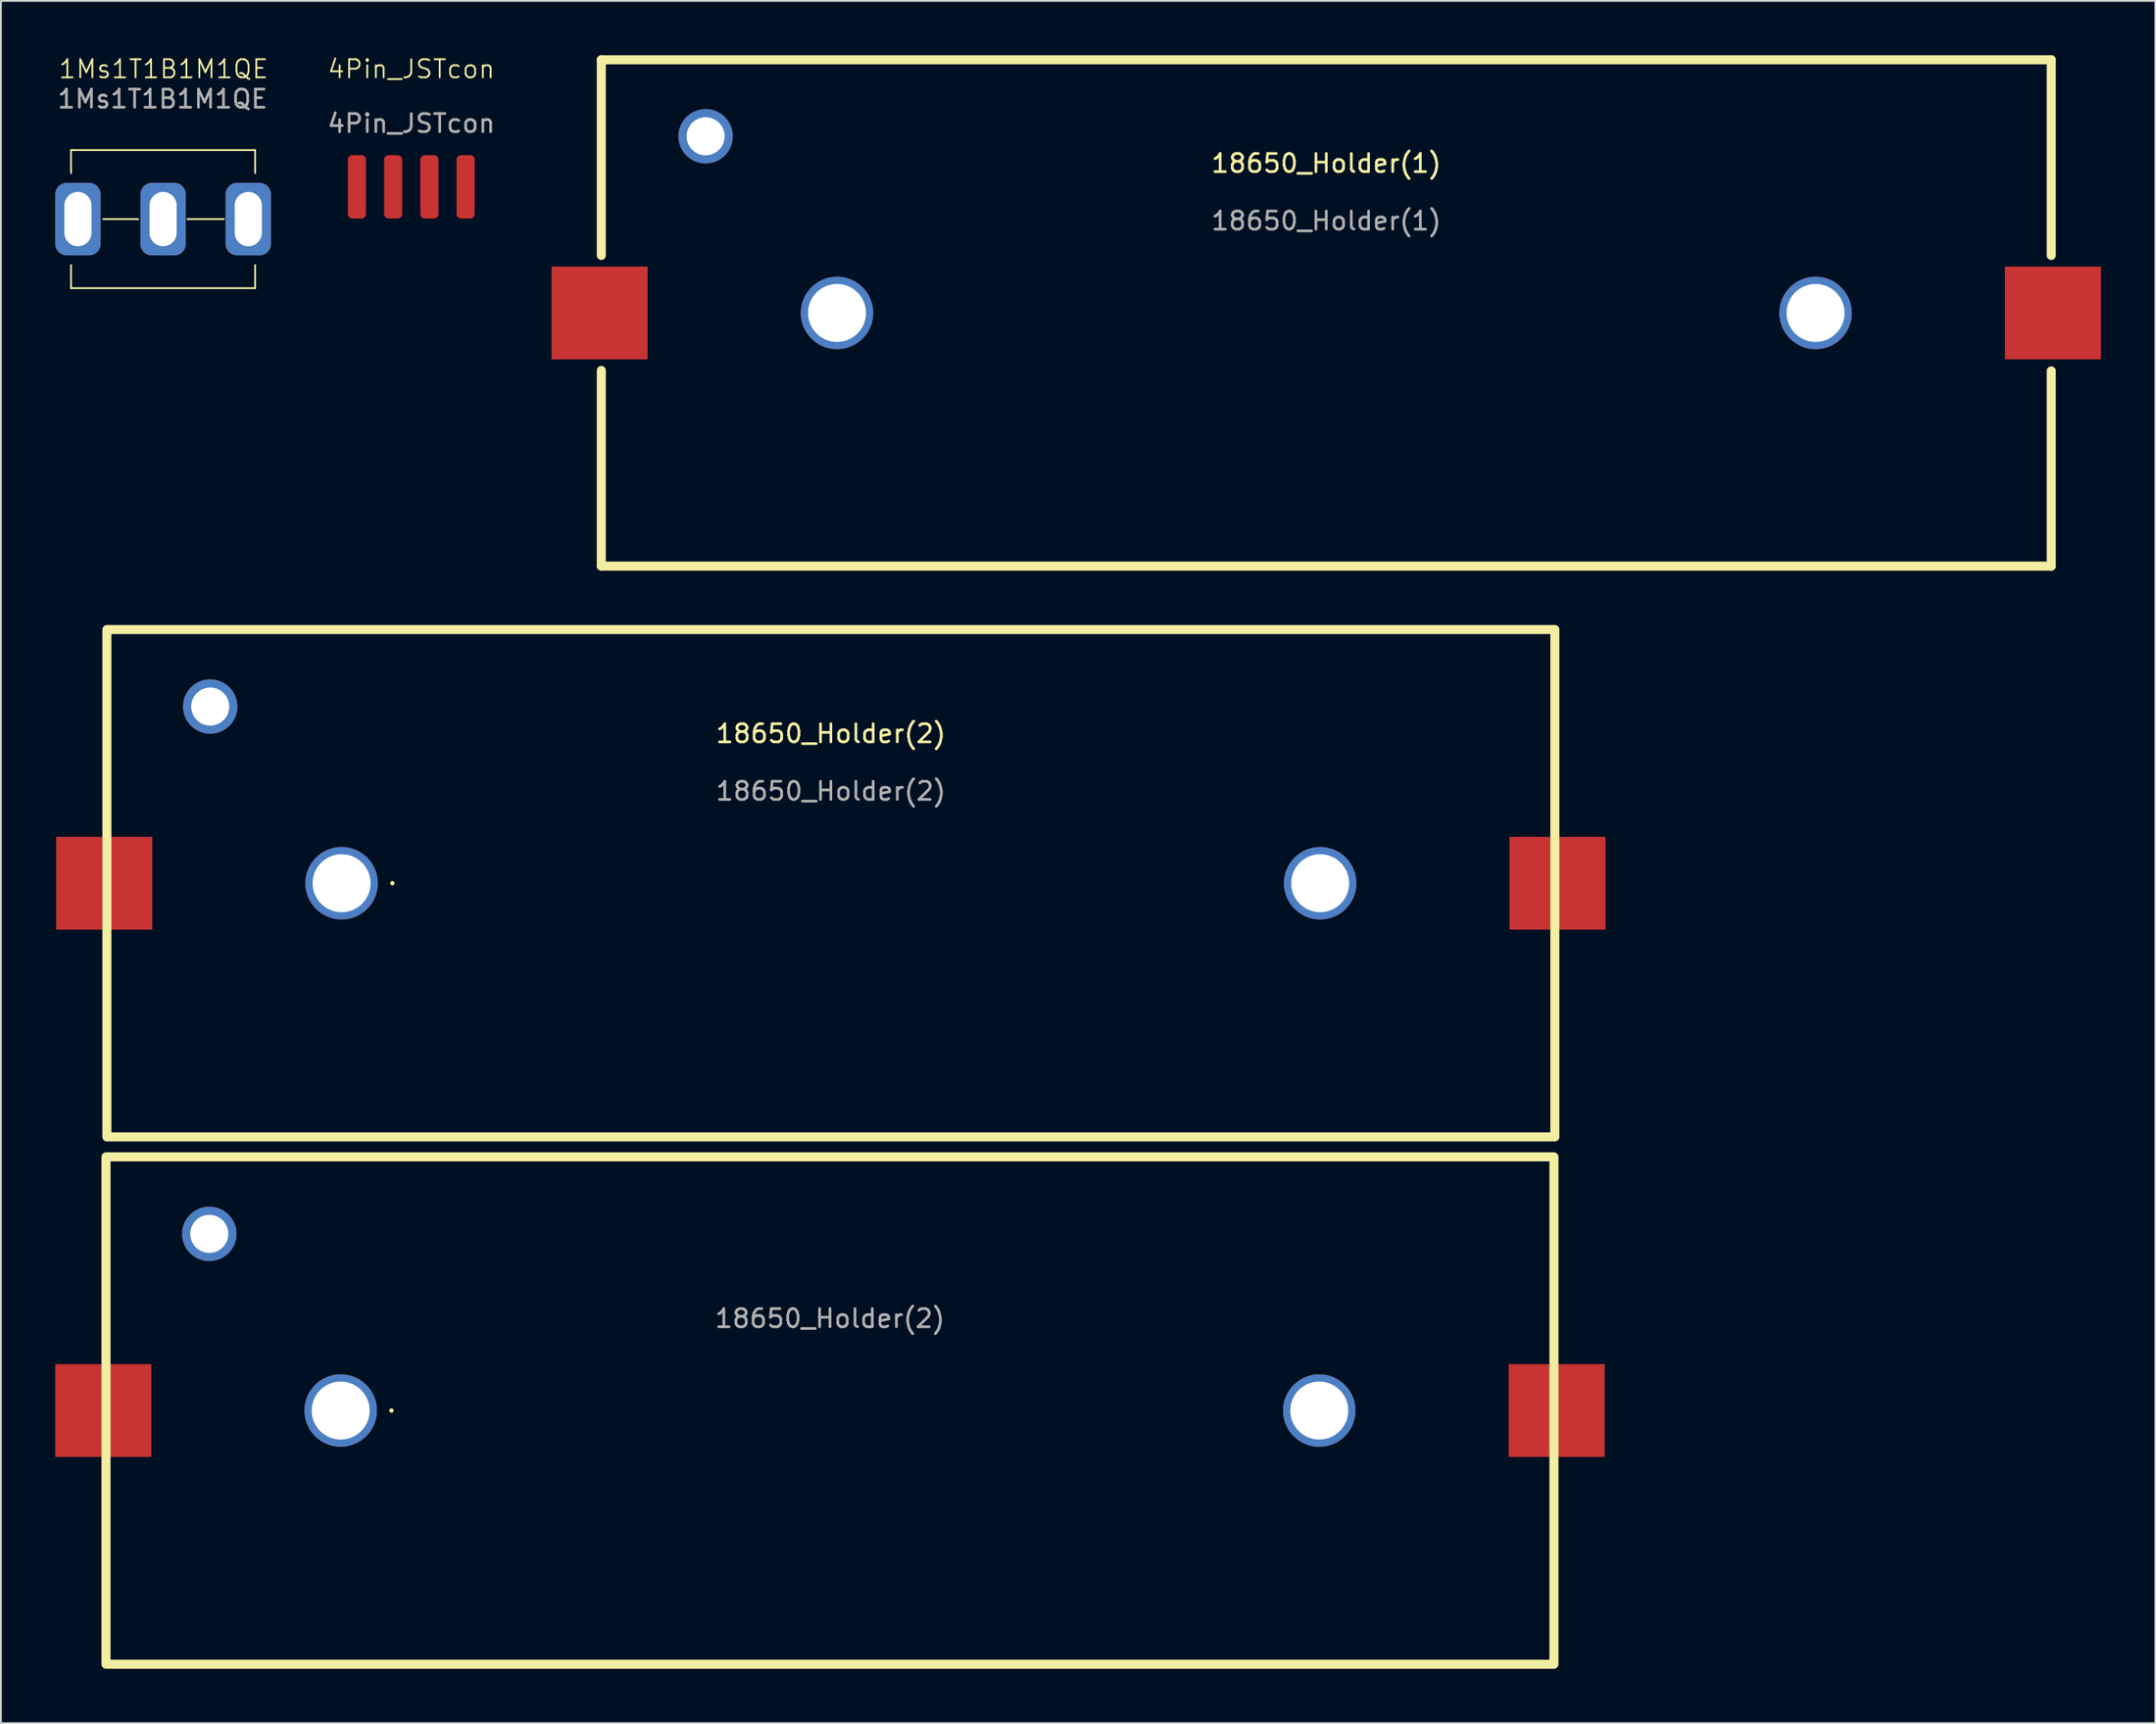
<source format=kicad_pcb>
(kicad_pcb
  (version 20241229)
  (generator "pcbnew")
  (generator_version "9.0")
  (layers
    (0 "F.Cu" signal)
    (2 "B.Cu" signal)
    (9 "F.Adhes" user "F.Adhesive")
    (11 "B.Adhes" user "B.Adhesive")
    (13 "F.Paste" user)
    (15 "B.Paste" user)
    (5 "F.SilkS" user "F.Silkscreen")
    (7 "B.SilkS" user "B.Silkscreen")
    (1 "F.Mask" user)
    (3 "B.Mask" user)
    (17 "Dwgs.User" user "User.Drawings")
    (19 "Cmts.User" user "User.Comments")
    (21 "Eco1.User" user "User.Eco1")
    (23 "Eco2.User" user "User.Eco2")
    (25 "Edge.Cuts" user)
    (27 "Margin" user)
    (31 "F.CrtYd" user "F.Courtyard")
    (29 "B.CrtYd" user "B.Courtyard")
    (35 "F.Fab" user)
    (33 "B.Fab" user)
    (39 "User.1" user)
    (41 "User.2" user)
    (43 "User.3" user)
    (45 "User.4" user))
  (footprint "18650_Holder(1)"
    (layer "F.Cu")
    (at 70.138 14.22)
    (property "Reference" "18650_Holder(1)" (at 0 -8.255 0) (unlocked yes) (layer "F.SilkS") (effects (font (size 1 1) (thickness 0.15))))
    (attr smd)
    (fp_line (start -40.005 -13.97) (end -40.005 -3.175) (stroke (width 0.5) (type solid)) (layer "F.SilkS"))
    (fp_line (start -40.005 -13.97) (end 40.005 -13.97) (stroke (width 0.5) (type solid)) (layer "F.SilkS"))
    (fp_line (start -40.005 3.175) (end -40.005 13.97) (stroke (width 0.5) (type solid)) (layer "F.SilkS"))
    (fp_line (start -40.005 13.97) (end 40.005 13.97) (stroke (width 0.5) (type solid)) (layer "F.SilkS"))
    (fp_line (start 40.005 -13.97) (end 40.005 -3.175) (stroke (width 0.5) (type solid)) (layer "F.SilkS"))
    (fp_line (start 40.005 3.199) (end 40.005 13.97) (stroke (width 0.5) (type solid)) (layer "F.SilkS"))
    (fp_text user "${REFERENCE}" (at 0 -5.08 0) (unlocked yes) (layer "F.Fab") (effects (font (size 1 1) (thickness 0.15))))
    (pad "" np_thru_hole circle (at -34.25 -9.75) (size 3 3) (drill 2.1) (layers "*.Cu" "*.Mask"))
    (pad "" np_thru_hole circle (at -27 0) (size 4 4) (drill 3.2) (layers "*.Cu" "*.Mask"))
    (pad "" np_thru_hole circle (at 27 0) (size 4 4) (drill 3.2) (layers "*.Cu" "*.Mask"))
    (pad "1" smd rect (at -40.1 0) (size 5.3 5.12) (layers "F.Cu" "F.Mask" "F.Paste"))
    (pad "2" smd rect (at 40.1 0) (size 5.3 5.12) (layers "F.Cu" "F.Mask" "F.Paste")))
  (footprint "18650_Holder(2)"
    (layer "F.Cu")
    (at 42.8 45.69)
    (property "Reference" "18650_Holder(2)" (at 0 -8.255 0) (unlocked yes) (layer "F.SilkS") (effects (font (size 1 1) (thickness 0.15))))
    (attr smd)
    (fp_rect (start -40 15.1) (end 39.9 43.1) (stroke (width 0.5) (type solid)) (fill no) (layer "F.SilkS"))
    (fp_rect (start -39.95 -14) (end 39.95 14) (stroke (width 0.5) (type solid)) (fill no) (layer "F.SilkS"))
    (fp_circle (center -24.25 29.1) (end -24.25 29.1) (stroke (width 0.12) (type solid)) (fill no) (layer "F.SilkS"))
    (fp_circle (center -24.2 0) (end -24.2 0) (stroke (width 0.12) (type solid)) (fill no) (layer "F.SilkS"))
    (fp_circle (center 27.35 28.7) (end 27.35 28.7) (stroke (width 0.12) (type solid)) (fill yes) (layer "F.SilkS"))
    (fp_circle (center 27.4 -0.4) (end 27.4 -0.4) (stroke (width 0.12) (type solid)) (fill yes) (layer "F.SilkS"))
    (fp_text user "${REFERENCE}" (at 0 -5.08 0) (unlocked yes) (layer "F.Fab") (effects (font (size 1 1) (thickness 0.15))))
    (fp_text user "${REFERENCE}" (at -0.05 24.02 0) (unlocked yes) (layer "F.Fab") (effects (font (size 1 1) (thickness 0.15))))
    (pad "" np_thru_hole circle (at -34.3 19.35) (size 3 3) (drill 2.1) (layers "*.Cu" "*.Mask"))
    (pad "" np_thru_hole circle (at -34.25 -9.75) (size 3 3) (drill 2.1) (layers "*.Cu" "*.Mask"))
    (pad "" np_thru_hole circle (at -27.05 29.1) (size 4 4) (drill 3.2) (layers "*.Cu" "*.Mask"))
    (pad "" np_thru_hole circle (at -27 0) (size 4 4) (drill 3.2) (layers "*.Cu" "*.Mask"))
    (pad "" np_thru_hole circle (at 26.95 29.1) (size 4 4) (drill 3.2) (layers "*.Cu" "*.Mask"))
    (pad "" np_thru_hole circle (at 27 0) (size 4 4) (drill 3.2) (layers "*.Cu" "*.Mask"))
    (pad "1" smd rect (at -40.1 0) (size 5.3 5.12) (layers "F.Cu" "F.Mask" "F.Paste"))
    (pad "2" smd rect (at 40.1 0) (size 5.3 5.12) (layers "F.Cu" "F.Mask" "F.Paste"))
    (pad "3" smd rect (at -40.15 29.1) (size 5.3 5.12) (layers "F.Cu" "F.Mask" "F.Paste"))
    (pad "4" smd rect (at 40.05 29.1) (size 5.3 5.12) (layers "F.Cu" "F.Mask" "F.Paste")))
  (footprint "4Pin_JSTcon"
    (layer "F.Cu")
    (at 19.644 7.261)
    (property "Reference" "4Pin_JSTcon" (at 0 -6.5 0) (unlocked yes) (layer "F.SilkS") (effects (font (size 1 1) (thickness 0.1))))
    (attr smd)
    (fp_text user "${REFERENCE}" (at 0 -3.5 0) (unlocked yes) (layer "F.Fab") (effects (font (size 1 1) (thickness 0.15))))
    (pad "1" smd roundrect (at -3 0) (size 1 3.5) (layers "F.Cu" "F.Mask" "F.Paste") (roundrect_rratio 0.25))
    (pad "2" smd roundrect (at -1 0) (size 1 3.5) (layers "F.Cu" "F.Mask" "F.Paste") (roundrect_rratio 0.25))
    (pad "3" smd roundrect (at 1 0) (size 1 3.5) (layers "F.Cu" "F.Mask" "F.Paste") (roundrect_rratio 0.25))
    (pad "4" smd roundrect (at 3 0) (size 1 3.5) (layers "F.Cu" "F.Mask" "F.Paste") (roundrect_rratio 0.25)))
  (footprint "1Ms1T1B1M1QE"
    (layer "F.Cu")
    (at 5.95 9.041)
    (property "Reference" "1Ms1T1B1M1QE" (at 0.025 -8.28 0) (unlocked yes) (layer "F.SilkS") (effects (font (size 1 1) (thickness 0.1))))
    (attr through_hole)
    (fp_line (start -5.08 -3.81) (end -5.08 -2.54) (stroke (width 0.1) (type default)) (layer "F.SilkS"))
    (fp_line (start -5.08 2.54) (end -5.08 3.81) (stroke (width 0.1) (type default)) (layer "F.SilkS"))
    (fp_line (start -5.08 3.81) (end 5.08 3.81) (stroke (width 0.1) (type default)) (layer "F.SilkS"))
    (fp_line (start -3.302 0) (end -1.372 0) (stroke (width 0.1) (type default)) (layer "F.SilkS"))
    (fp_line (start 1.346 0) (end 3.353 0) (stroke (width 0.1) (type default)) (layer "F.SilkS"))
    (fp_line (start 5.08 -3.81) (end -5.08 -3.81) (stroke (width 0.1) (type default)) (layer "F.SilkS"))
    (fp_line (start 5.08 -2.54) (end 5.08 -3.81) (stroke (width 0.1) (type default)) (layer "F.SilkS"))
    (fp_line (start 5.08 3.81) (end 5.08 2.54) (stroke (width 0.1) (type default)) (layer "F.SilkS"))
    (fp_text user "${REFERENCE}" (at -0.025 -6.629 0) (unlocked yes) (layer "F.Fab") (effects (font (size 1 1) (thickness 0.15))))
    (pad "1" thru_hole roundrect (at -4.7 0) (size 2.5 4) (drill oval 1.5 3) (layers "*.Cu" "*.Mask") (roundrect_rratio 0.25))
    (pad "2" thru_hole roundrect (at 0 0) (size 2.5 4) (drill oval 1.5 3) (layers "*.Cu" "*.Mask") (roundrect_rratio 0.25))
    (pad "3" thru_hole roundrect (at 4.7 0) (size 2.5 4) (drill oval 1.5 3) (layers "*.Cu" "*.Mask") (roundrect_rratio 0.25)))
  (gr_rect
    (start -3 -3)
    (end 115.888 92.04)
    (stroke (width 0.1) (type default))
    (fill no)
    (layer "Edge.Cuts")))
</source>
